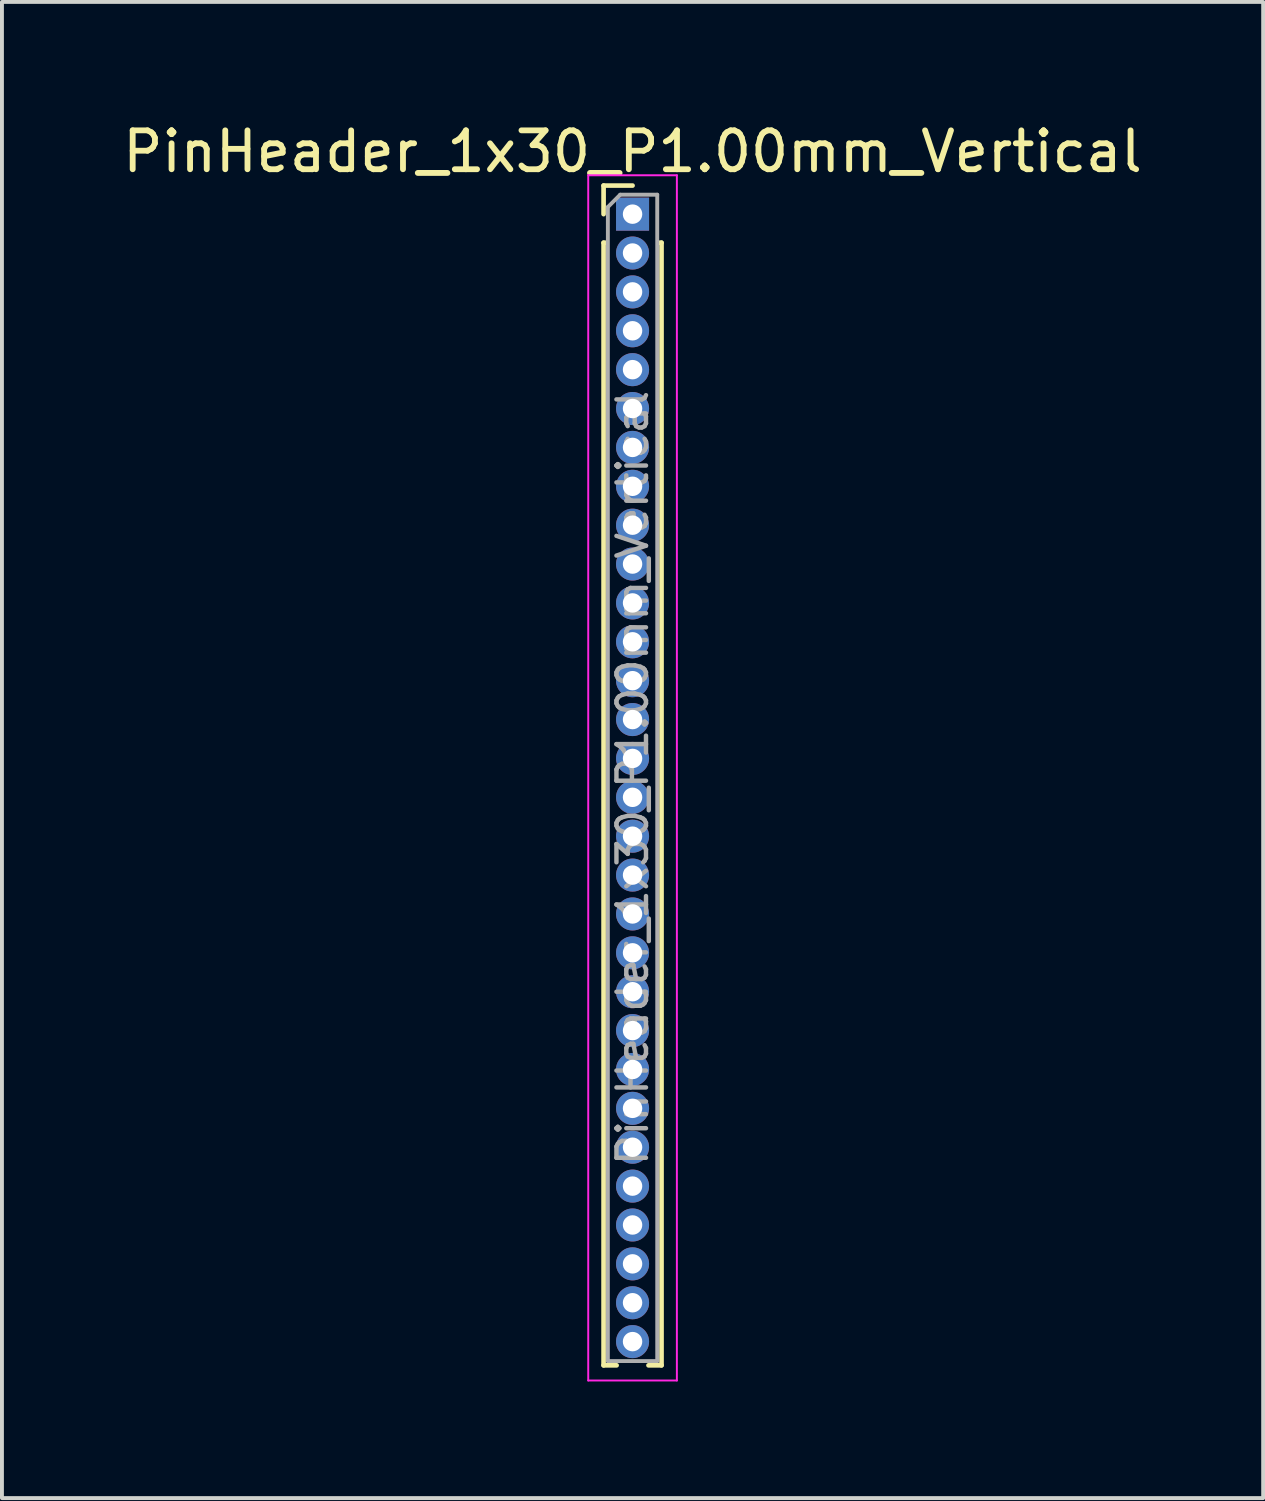
<source format=kicad_pcb>
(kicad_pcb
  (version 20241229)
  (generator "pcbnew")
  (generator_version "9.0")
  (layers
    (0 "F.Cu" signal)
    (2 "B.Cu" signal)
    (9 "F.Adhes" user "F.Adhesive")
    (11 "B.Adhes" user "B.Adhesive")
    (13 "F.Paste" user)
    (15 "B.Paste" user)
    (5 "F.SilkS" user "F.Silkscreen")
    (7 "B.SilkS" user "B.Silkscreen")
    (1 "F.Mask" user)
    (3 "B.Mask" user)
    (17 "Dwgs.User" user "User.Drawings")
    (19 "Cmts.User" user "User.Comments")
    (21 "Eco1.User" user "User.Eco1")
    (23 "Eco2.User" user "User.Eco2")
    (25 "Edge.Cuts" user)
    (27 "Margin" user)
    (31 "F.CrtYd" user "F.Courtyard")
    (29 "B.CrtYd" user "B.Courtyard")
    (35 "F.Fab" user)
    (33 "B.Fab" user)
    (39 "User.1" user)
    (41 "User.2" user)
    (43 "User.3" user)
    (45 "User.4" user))
  (footprint "PinHeader_1x30_P1.00mm_Vertical"
    (layer "F.Cu")
    (at 13.22 2.458)
    (property "Reference" "PinHeader_1x30_P1.00mm_Vertical" (at 0 -1.61 0) (layer "F.SilkS") (effects (font (size 1 1) (thickness 0.15))))
    (attr through_hole)
    (fp_line (start -0.745 -0.735) (end 0 -0.735) (stroke (width 0.12) (type solid)) (layer "F.SilkS"))
    (fp_line (start -0.745 0) (end -0.745 -0.735) (stroke (width 0.12) (type solid)) (layer "F.SilkS"))
    (fp_line (start -0.745 0.735) (end -0.745 29.61) (stroke (width 0.12) (type solid)) (layer "F.SilkS"))
    (fp_line (start -0.745 0.735) (end -0.686 0.735) (stroke (width 0.12) (type solid)) (layer "F.SilkS"))
    (fp_line (start -0.745 29.61) (end -0.41 29.61) (stroke (width 0.12) (type solid)) (layer "F.SilkS"))
    (fp_line (start 0.41 29.61) (end 0.745 29.61) (stroke (width 0.12) (type solid)) (layer "F.SilkS"))
    (fp_line (start 0.686 0.735) (end 0.745 0.735) (stroke (width 0.12) (type solid)) (layer "F.SilkS"))
    (fp_line (start 0.745 0.735) (end 0.745 29.61) (stroke (width 0.12) (type solid)) (layer "F.SilkS"))
    (fp_line (start -1.14 -1) (end -1.14 30) (stroke (width 0.05) (type solid)) (layer "F.CrtYd"))
    (fp_line (start -1.14 30) (end 1.14 30) (stroke (width 0.05) (type solid)) (layer "F.CrtYd"))
    (fp_line (start 1.14 -1) (end -1.14 -1) (stroke (width 0.05) (type solid)) (layer "F.CrtYd"))
    (fp_line (start 1.14 30) (end 1.14 -1) (stroke (width 0.05) (type solid)) (layer "F.CrtYd"))
    (fp_line (start -0.635 -0.182) (end -0.318 -0.5) (stroke (width 0.1) (type solid)) (layer "F.Fab"))
    (fp_line (start -0.635 29.5) (end -0.635 -0.182) (stroke (width 0.1) (type solid)) (layer "F.Fab"))
    (fp_line (start -0.318 -0.5) (end 0.635 -0.5) (stroke (width 0.1) (type solid)) (layer "F.Fab"))
    (fp_line (start 0.635 -0.5) (end 0.635 29.5) (stroke (width 0.1) (type solid)) (layer "F.Fab"))
    (fp_line (start 0.635 29.5) (end -0.635 29.5) (stroke (width 0.1) (type solid)) (layer "F.Fab"))
    (fp_text user "${REFERENCE}" (at 0 14.5 90) (layer "F.Fab") (effects (font (size 0.76 0.76) (thickness 0.114))))
    (pad "1" thru_hole rect (at 0 0) (size 0.85 0.85) (drill 0.5) (layers "*.Cu" "*.Mask"))
    (pad "2" thru_hole circle (at 0 1) (size 0.85 0.85) (drill 0.5) (layers "*.Cu" "*.Mask"))
    (pad "3" thru_hole circle (at 0 2) (size 0.85 0.85) (drill 0.5) (layers "*.Cu" "*.Mask"))
    (pad "4" thru_hole circle (at 0 3) (size 0.85 0.85) (drill 0.5) (layers "*.Cu" "*.Mask"))
    (pad "5" thru_hole circle (at 0 4) (size 0.85 0.85) (drill 0.5) (layers "*.Cu" "*.Mask"))
    (pad "6" thru_hole circle (at 0 5) (size 0.85 0.85) (drill 0.5) (layers "*.Cu" "*.Mask"))
    (pad "7" thru_hole circle (at 0 6) (size 0.85 0.85) (drill 0.5) (layers "*.Cu" "*.Mask"))
    (pad "8" thru_hole circle (at 0 7) (size 0.85 0.85) (drill 0.5) (layers "*.Cu" "*.Mask"))
    (pad "9" thru_hole circle (at 0 8) (size 0.85 0.85) (drill 0.5) (layers "*.Cu" "*.Mask"))
    (pad "10" thru_hole circle (at 0 9) (size 0.85 0.85) (drill 0.5) (layers "*.Cu" "*.Mask"))
    (pad "11" thru_hole circle (at 0 10) (size 0.85 0.85) (drill 0.5) (layers "*.Cu" "*.Mask"))
    (pad "12" thru_hole circle (at 0 11) (size 0.85 0.85) (drill 0.5) (layers "*.Cu" "*.Mask"))
    (pad "13" thru_hole circle (at 0 12) (size 0.85 0.85) (drill 0.5) (layers "*.Cu" "*.Mask"))
    (pad "14" thru_hole circle (at 0 13) (size 0.85 0.85) (drill 0.5) (layers "*.Cu" "*.Mask"))
    (pad "15" thru_hole circle (at 0 14) (size 0.85 0.85) (drill 0.5) (layers "*.Cu" "*.Mask"))
    (pad "16" thru_hole circle (at 0 15) (size 0.85 0.85) (drill 0.5) (layers "*.Cu" "*.Mask"))
    (pad "17" thru_hole circle (at 0 16) (size 0.85 0.85) (drill 0.5) (layers "*.Cu" "*.Mask"))
    (pad "18" thru_hole circle (at 0 17) (size 0.85 0.85) (drill 0.5) (layers "*.Cu" "*.Mask"))
    (pad "19" thru_hole circle (at 0 18) (size 0.85 0.85) (drill 0.5) (layers "*.Cu" "*.Mask"))
    (pad "20" thru_hole circle (at 0 19) (size 0.85 0.85) (drill 0.5) (layers "*.Cu" "*.Mask"))
    (pad "21" thru_hole circle (at 0 20) (size 0.85 0.85) (drill 0.5) (layers "*.Cu" "*.Mask"))
    (pad "22" thru_hole circle (at 0 21) (size 0.85 0.85) (drill 0.5) (layers "*.Cu" "*.Mask"))
    (pad "23" thru_hole circle (at 0 22) (size 0.85 0.85) (drill 0.5) (layers "*.Cu" "*.Mask"))
    (pad "24" thru_hole circle (at 0 23) (size 0.85 0.85) (drill 0.5) (layers "*.Cu" "*.Mask"))
    (pad "25" thru_hole circle (at 0 24) (size 0.85 0.85) (drill 0.5) (layers "*.Cu" "*.Mask"))
    (pad "26" thru_hole circle (at 0 25) (size 0.85 0.85) (drill 0.5) (layers "*.Cu" "*.Mask"))
    (pad "27" thru_hole circle (at 0 26) (size 0.85 0.85) (drill 0.5) (layers "*.Cu" "*.Mask"))
    (pad "28" thru_hole circle (at 0 27) (size 0.85 0.85) (drill 0.5) (layers "*.Cu" "*.Mask"))
    (pad "29" thru_hole circle (at 0 28) (size 0.85 0.85) (drill 0.5) (layers "*.Cu" "*.Mask"))
    (pad "30" thru_hole circle (at 0 29) (size 0.85 0.85) (drill 0.5) (layers "*.Cu" "*.Mask")))
  (gr_rect
    (start -3 -3)
    (end 29.44 35.483)
    (stroke (width 0.1) (type default))
    (fill no)
    (layer "Edge.Cuts")))
</source>
